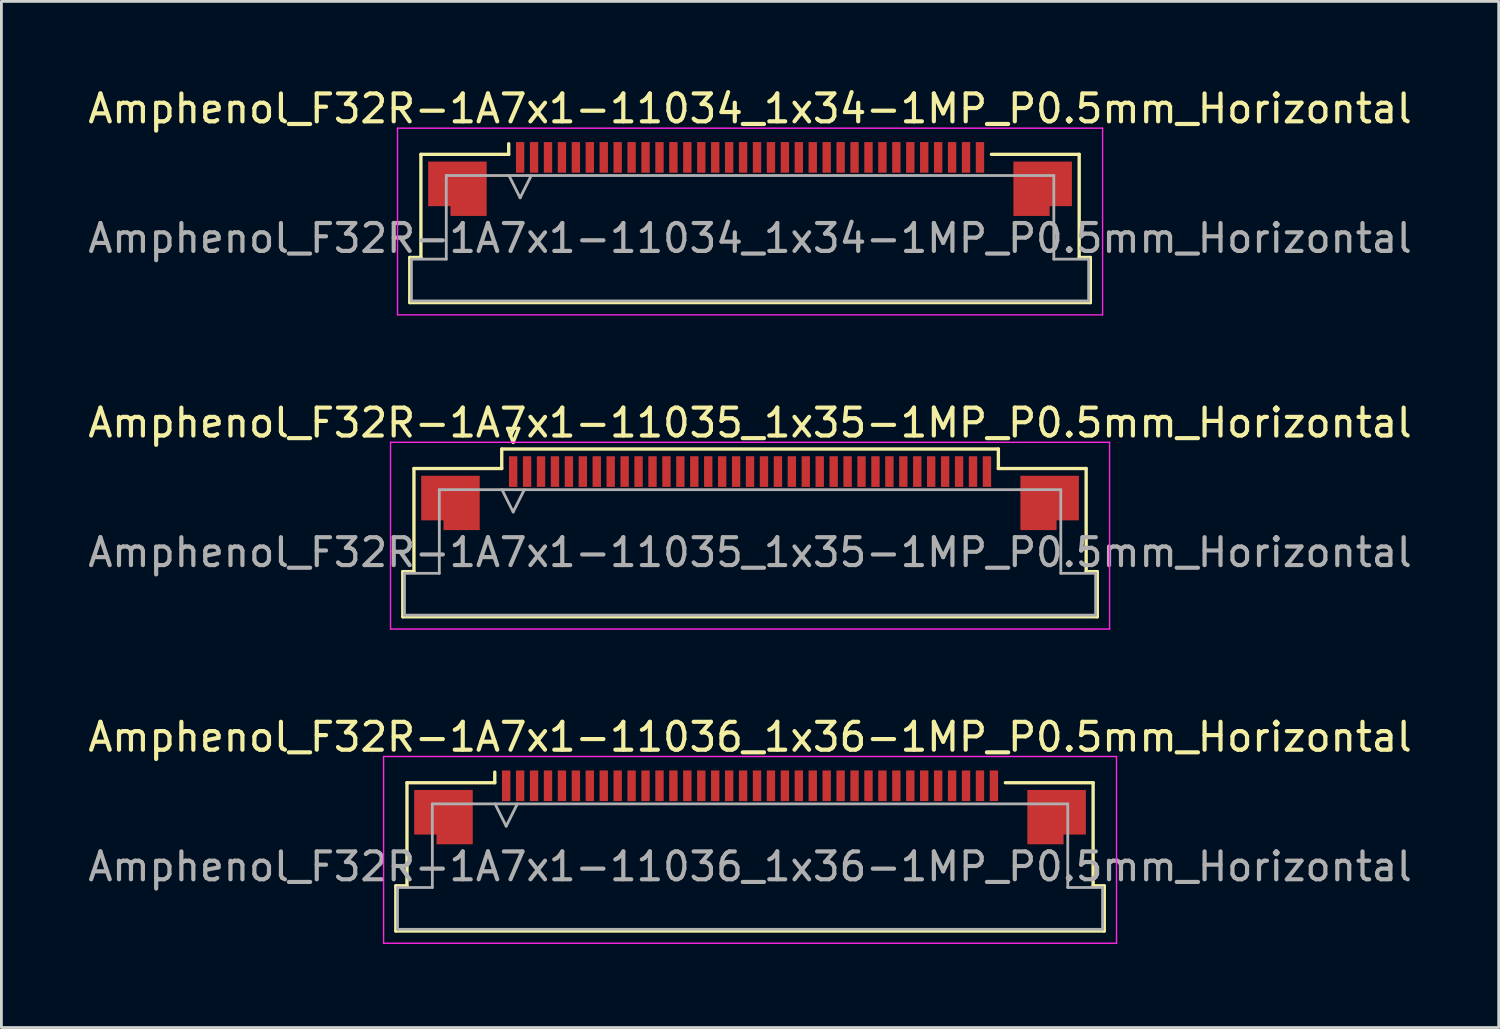
<source format=kicad_pcb>
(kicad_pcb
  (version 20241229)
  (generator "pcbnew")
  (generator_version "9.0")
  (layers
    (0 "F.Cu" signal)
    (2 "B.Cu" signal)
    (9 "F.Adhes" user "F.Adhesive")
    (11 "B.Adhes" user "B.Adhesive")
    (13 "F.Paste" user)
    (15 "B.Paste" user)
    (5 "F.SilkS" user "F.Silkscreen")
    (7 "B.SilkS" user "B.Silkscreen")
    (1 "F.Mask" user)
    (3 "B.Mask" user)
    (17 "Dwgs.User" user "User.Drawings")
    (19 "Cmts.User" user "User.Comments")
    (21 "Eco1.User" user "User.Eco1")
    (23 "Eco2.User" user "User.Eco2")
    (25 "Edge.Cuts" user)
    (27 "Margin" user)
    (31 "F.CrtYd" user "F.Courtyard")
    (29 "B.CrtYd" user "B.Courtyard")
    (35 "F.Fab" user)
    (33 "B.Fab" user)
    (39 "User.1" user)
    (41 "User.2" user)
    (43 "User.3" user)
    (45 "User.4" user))
  (footprint "Amphenol_F32R-1A7x1-11034_1x34-1MP_P0.5mm_Horizontal"
    (layer "F.Cu")
    (at 23.863 5.498)
    (property "Reference" "Amphenol_F32R-1A7x1-11034_1x34-1MP_P0.5mm_Horizontal" (at 0 -4.65 0) (layer "F.SilkS") (effects (font (size 1 1) (thickness 0.15))))
    (attr smd)
    (fp_line (start -12.21 0.69) (end -11.81 0.69) (stroke (width 0.12) (type solid)) (layer "F.SilkS"))
    (fp_line (start -12.21 2.31) (end -12.21 0.69) (stroke (width 0.12) (type solid)) (layer "F.SilkS"))
    (fp_line (start -11.81 -3.01) (end -8.66 -3.01) (stroke (width 0.12) (type solid)) (layer "F.SilkS"))
    (fp_line (start -11.81 0.69) (end -11.81 -3.01) (stroke (width 0.12) (type solid)) (layer "F.SilkS"))
    (fp_line (start -8.66 -3.01) (end -8.66 -3.39) (stroke (width 0.12) (type solid)) (layer "F.SilkS"))
    (fp_line (start 8.66 -3.01) (end 11.81 -3.01) (stroke (width 0.12) (type solid)) (layer "F.SilkS"))
    (fp_line (start 11.81 -3.01) (end 11.81 0.69) (stroke (width 0.12) (type solid)) (layer "F.SilkS"))
    (fp_line (start 11.81 0.69) (end 12.21 0.69) (stroke (width 0.12) (type solid)) (layer "F.SilkS"))
    (fp_line (start 12.21 0.69) (end 12.21 2.31) (stroke (width 0.12) (type solid)) (layer "F.SilkS"))
    (fp_line (start 12.21 2.31) (end -12.21 2.31) (stroke (width 0.12) (type solid)) (layer "F.SilkS"))
    (fp_line (start -12.65 -3.95) (end -12.65 2.75) (stroke (width 0.05) (type solid)) (layer "F.CrtYd"))
    (fp_line (start -12.65 2.75) (end 12.65 2.75) (stroke (width 0.05) (type solid)) (layer "F.CrtYd"))
    (fp_line (start 12.65 -3.95) (end -12.65 -3.95) (stroke (width 0.05) (type solid)) (layer "F.CrtYd"))
    (fp_line (start 12.65 2.75) (end 12.65 -3.95) (stroke (width 0.05) (type solid)) (layer "F.CrtYd"))
    (fp_line (start -12.15 0.75) (end -10.9 0.75) (stroke (width 0.1) (type solid)) (layer "F.Fab"))
    (fp_line (start -12.15 2.25) (end -12.15 0.75) (stroke (width 0.1) (type solid)) (layer "F.Fab"))
    (fp_line (start -10.9 -2.25) (end 10.9 -2.25) (stroke (width 0.1) (type solid)) (layer "F.Fab"))
    (fp_line (start -10.9 0.75) (end -10.9 -2.25) (stroke (width 0.1) (type solid)) (layer "F.Fab"))
    (fp_line (start -8.65 -2.25) (end -8.25 -1.45) (stroke (width 0.1) (type solid)) (layer "F.Fab"))
    (fp_line (start -8.25 -1.45) (end -7.85 -2.25) (stroke (width 0.1) (type solid)) (layer "F.Fab"))
    (fp_line (start 10.9 -2.25) (end 10.9 0.75) (stroke (width 0.1) (type solid)) (layer "F.Fab"))
    (fp_line (start 10.9 0.75) (end 12.15 0.75) (stroke (width 0.1) (type solid)) (layer "F.Fab"))
    (fp_line (start 12.15 0.75) (end 12.15 2.25) (stroke (width 0.1) (type solid)) (layer "F.Fab"))
    (fp_line (start 12.15 2.25) (end -12.15 2.25) (stroke (width 0.1) (type solid)) (layer "F.Fab"))
    (fp_text user "${REFERENCE}" (at 0 0 0) (layer "F.Fab") (effects (font (size 1 1) (thickness 0.15))))
    (pad "1" smd rect (at -8.25 -2.9) (size 0.3 1.1) (layers "F.Cu" "F.Mask" "F.Paste"))
    (pad "2" smd rect (at -7.75 -2.9) (size 0.3 1.1) (layers "F.Cu" "F.Mask" "F.Paste"))
    (pad "3" smd rect (at -7.25 -2.9) (size 0.3 1.1) (layers "F.Cu" "F.Mask" "F.Paste"))
    (pad "4" smd rect (at -6.75 -2.9) (size 0.3 1.1) (layers "F.Cu" "F.Mask" "F.Paste"))
    (pad "5" smd rect (at -6.25 -2.9) (size 0.3 1.1) (layers "F.Cu" "F.Mask" "F.Paste"))
    (pad "6" smd rect (at -5.75 -2.9) (size 0.3 1.1) (layers "F.Cu" "F.Mask" "F.Paste"))
    (pad "7" smd rect (at -5.25 -2.9) (size 0.3 1.1) (layers "F.Cu" "F.Mask" "F.Paste"))
    (pad "8" smd rect (at -4.75 -2.9) (size 0.3 1.1) (layers "F.Cu" "F.Mask" "F.Paste"))
    (pad "9" smd rect (at -4.25 -2.9) (size 0.3 1.1) (layers "F.Cu" "F.Mask" "F.Paste"))
    (pad "10" smd rect (at -3.75 -2.9) (size 0.3 1.1) (layers "F.Cu" "F.Mask" "F.Paste"))
    (pad "11" smd rect (at -3.25 -2.9) (size 0.3 1.1) (layers "F.Cu" "F.Mask" "F.Paste"))
    (pad "12" smd rect (at -2.75 -2.9) (size 0.3 1.1) (layers "F.Cu" "F.Mask" "F.Paste"))
    (pad "13" smd rect (at -2.25 -2.9) (size 0.3 1.1) (layers "F.Cu" "F.Mask" "F.Paste"))
    (pad "14" smd rect (at -1.75 -2.9) (size 0.3 1.1) (layers "F.Cu" "F.Mask" "F.Paste"))
    (pad "15" smd rect (at -1.25 -2.9) (size 0.3 1.1) (layers "F.Cu" "F.Mask" "F.Paste"))
    (pad "16" smd rect (at -0.75 -2.9) (size 0.3 1.1) (layers "F.Cu" "F.Mask" "F.Paste"))
    (pad "17" smd rect (at -0.25 -2.9) (size 0.3 1.1) (layers "F.Cu" "F.Mask" "F.Paste"))
    (pad "18" smd rect (at 0.25 -2.9) (size 0.3 1.1) (layers "F.Cu" "F.Mask" "F.Paste"))
    (pad "19" smd rect (at 0.75 -2.9) (size 0.3 1.1) (layers "F.Cu" "F.Mask" "F.Paste"))
    (pad "20" smd rect (at 1.25 -2.9) (size 0.3 1.1) (layers "F.Cu" "F.Mask" "F.Paste"))
    (pad "21" smd rect (at 1.75 -2.9) (size 0.3 1.1) (layers "F.Cu" "F.Mask" "F.Paste"))
    (pad "22" smd rect (at 2.25 -2.9) (size 0.3 1.1) (layers "F.Cu" "F.Mask" "F.Paste"))
    (pad "23" smd rect (at 2.75 -2.9) (size 0.3 1.1) (layers "F.Cu" "F.Mask" "F.Paste"))
    (pad "24" smd rect (at 3.25 -2.9) (size 0.3 1.1) (layers "F.Cu" "F.Mask" "F.Paste"))
    (pad "25" smd rect (at 3.75 -2.9) (size 0.3 1.1) (layers "F.Cu" "F.Mask" "F.Paste"))
    (pad "26" smd rect (at 4.25 -2.9) (size 0.3 1.1) (layers "F.Cu" "F.Mask" "F.Paste"))
    (pad "27" smd rect (at 4.75 -2.9) (size 0.3 1.1) (layers "F.Cu" "F.Mask" "F.Paste"))
    (pad "28" smd rect (at 5.25 -2.9) (size 0.3 1.1) (layers "F.Cu" "F.Mask" "F.Paste"))
    (pad "29" smd rect (at 5.75 -2.9) (size 0.3 1.1) (layers "F.Cu" "F.Mask" "F.Paste"))
    (pad "30" smd rect (at 6.25 -2.9) (size 0.3 1.1) (layers "F.Cu" "F.Mask" "F.Paste"))
    (pad "31" smd rect (at 6.75 -2.9) (size 0.3 1.1) (layers "F.Cu" "F.Mask" "F.Paste"))
    (pad "32" smd rect (at 7.25 -2.9) (size 0.3 1.1) (layers "F.Cu" "F.Mask" "F.Paste"))
    (pad "33" smd rect (at 7.75 -2.9) (size 0.3 1.1) (layers "F.Cu" "F.Mask" "F.Paste"))
    (pad "34" smd rect (at 8.25 -2.9) (size 0.3 1.1) (layers "F.Cu" "F.Mask" "F.Paste"))
    (pad "MP" smd custom (at -10.5 -1.775) (size 1 1) (layers "F.Cu" "F.Mask" "F.Paste") (options (anchor circle)) (primitives (gr_poly (pts (xy 1.05 -0.975) (xy 1.05 0.975) (xy -0.25 0.975) (xy -0.25 0.625) (xy -1.05 0.625) (xy -1.05 -0.975) (xy 1.05 -0.975)) (width 0) (fill yes))))
    (pad "MP" smd custom (at 10.5 -1.775) (size 1 1) (layers "F.Cu" "F.Mask" "F.Paste") (options (anchor circle)) (primitives (gr_poly (pts (xy -1.05 -0.975) (xy -1.05 0.975) (xy 0.25 0.975) (xy 0.25 0.625) (xy 1.05 0.625) (xy 1.05 -0.975) (xy -1.05 -0.975)) (width 0) (fill yes)))))
  (footprint "Amphenol_F32R-1A7x1-11035_1x35-1MP_P0.5mm_Horizontal"
    (layer "F.Cu")
    (at 23.863 16.771)
    (property "Reference" "Amphenol_F32R-1A7x1-11035_1x35-1MP_P0.5mm_Horizontal" (at 0 -4.65 0) (layer "F.SilkS") (effects (font (size 1 1) (thickness 0.15))))
    (attr smd)
    (fp_line (start -12.46 0.69) (end -12.06 0.69) (stroke (width 0.12) (type solid)) (layer "F.SilkS"))
    (fp_line (start -12.46 2.31) (end -12.46 0.69) (stroke (width 0.12) (type solid)) (layer "F.SilkS"))
    (fp_line (start -12.06 -3.01) (end -8.91 -3.01) (stroke (width 0.12) (type solid)) (layer "F.SilkS"))
    (fp_line (start -12.06 0.69) (end -12.06 -3.01) (stroke (width 0.12) (type solid)) (layer "F.SilkS"))
    (fp_line (start -8.91 -3.71) (end 8.91 -3.71) (stroke (width 0.12) (type solid)) (layer "F.SilkS"))
    (fp_line (start -8.91 -3.01) (end -8.91 -3.71) (stroke (width 0.12) (type solid)) (layer "F.SilkS"))
    (fp_line (start -8.7 -4.45) (end -8.5 -3.95) (stroke (width 0.12) (type solid)) (layer "F.SilkS"))
    (fp_line (start -8.5 -3.95) (end -8.3 -4.45) (stroke (width 0.12) (type solid)) (layer "F.SilkS"))
    (fp_line (start -8.3 -4.45) (end -8.7 -4.45) (stroke (width 0.12) (type solid)) (layer "F.SilkS"))
    (fp_line (start 8.91 -3.71) (end 8.91 -3.01) (stroke (width 0.12) (type solid)) (layer "F.SilkS"))
    (fp_line (start 8.91 -3.01) (end 12.06 -3.01) (stroke (width 0.12) (type solid)) (layer "F.SilkS"))
    (fp_line (start 12.06 -3.01) (end 12.06 0.69) (stroke (width 0.12) (type solid)) (layer "F.SilkS"))
    (fp_line (start 12.06 0.69) (end 12.46 0.69) (stroke (width 0.12) (type solid)) (layer "F.SilkS"))
    (fp_line (start 12.46 0.69) (end 12.46 2.31) (stroke (width 0.12) (type solid)) (layer "F.SilkS"))
    (fp_line (start 12.46 2.31) (end -12.46 2.31) (stroke (width 0.12) (type solid)) (layer "F.SilkS"))
    (fp_line (start -12.9 -3.95) (end -12.9 2.75) (stroke (width 0.05) (type solid)) (layer "F.CrtYd"))
    (fp_line (start -12.9 2.75) (end 12.9 2.75) (stroke (width 0.05) (type solid)) (layer "F.CrtYd"))
    (fp_line (start 12.9 -3.95) (end -12.9 -3.95) (stroke (width 0.05) (type solid)) (layer "F.CrtYd"))
    (fp_line (start 12.9 2.75) (end 12.9 -3.95) (stroke (width 0.05) (type solid)) (layer "F.CrtYd"))
    (fp_line (start -12.4 0.75) (end -11.15 0.75) (stroke (width 0.1) (type solid)) (layer "F.Fab"))
    (fp_line (start -12.4 2.25) (end -12.4 0.75) (stroke (width 0.1) (type solid)) (layer "F.Fab"))
    (fp_line (start -11.15 -2.25) (end 11.15 -2.25) (stroke (width 0.1) (type solid)) (layer "F.Fab"))
    (fp_line (start -11.15 0.75) (end -11.15 -2.25) (stroke (width 0.1) (type solid)) (layer "F.Fab"))
    (fp_line (start -8.9 -2.25) (end -8.5 -1.45) (stroke (width 0.1) (type solid)) (layer "F.Fab"))
    (fp_line (start -8.5 -1.45) (end -8.1 -2.25) (stroke (width 0.1) (type solid)) (layer "F.Fab"))
    (fp_line (start 11.15 -2.25) (end 11.15 0.75) (stroke (width 0.1) (type solid)) (layer "F.Fab"))
    (fp_line (start 11.15 0.75) (end 12.4 0.75) (stroke (width 0.1) (type solid)) (layer "F.Fab"))
    (fp_line (start 12.4 0.75) (end 12.4 2.25) (stroke (width 0.1) (type solid)) (layer "F.Fab"))
    (fp_line (start 12.4 2.25) (end -12.4 2.25) (stroke (width 0.1) (type solid)) (layer "F.Fab"))
    (fp_text user "${REFERENCE}" (at 0 0 0) (layer "F.Fab") (effects (font (size 1 1) (thickness 0.15))))
    (pad "1" smd rect (at -8.5 -2.9) (size 0.3 1.1) (layers "F.Cu" "F.Mask" "F.Paste"))
    (pad "2" smd rect (at -8 -2.9) (size 0.3 1.1) (layers "F.Cu" "F.Mask" "F.Paste"))
    (pad "3" smd rect (at -7.5 -2.9) (size 0.3 1.1) (layers "F.Cu" "F.Mask" "F.Paste"))
    (pad "4" smd rect (at -7 -2.9) (size 0.3 1.1) (layers "F.Cu" "F.Mask" "F.Paste"))
    (pad "5" smd rect (at -6.5 -2.9) (size 0.3 1.1) (layers "F.Cu" "F.Mask" "F.Paste"))
    (pad "6" smd rect (at -6 -2.9) (size 0.3 1.1) (layers "F.Cu" "F.Mask" "F.Paste"))
    (pad "7" smd rect (at -5.5 -2.9) (size 0.3 1.1) (layers "F.Cu" "F.Mask" "F.Paste"))
    (pad "8" smd rect (at -5 -2.9) (size 0.3 1.1) (layers "F.Cu" "F.Mask" "F.Paste"))
    (pad "9" smd rect (at -4.5 -2.9) (size 0.3 1.1) (layers "F.Cu" "F.Mask" "F.Paste"))
    (pad "10" smd rect (at -4 -2.9) (size 0.3 1.1) (layers "F.Cu" "F.Mask" "F.Paste"))
    (pad "11" smd rect (at -3.5 -2.9) (size 0.3 1.1) (layers "F.Cu" "F.Mask" "F.Paste"))
    (pad "12" smd rect (at -3 -2.9) (size 0.3 1.1) (layers "F.Cu" "F.Mask" "F.Paste"))
    (pad "13" smd rect (at -2.5 -2.9) (size 0.3 1.1) (layers "F.Cu" "F.Mask" "F.Paste"))
    (pad "14" smd rect (at -2 -2.9) (size 0.3 1.1) (layers "F.Cu" "F.Mask" "F.Paste"))
    (pad "15" smd rect (at -1.5 -2.9) (size 0.3 1.1) (layers "F.Cu" "F.Mask" "F.Paste"))
    (pad "16" smd rect (at -1 -2.9) (size 0.3 1.1) (layers "F.Cu" "F.Mask" "F.Paste"))
    (pad "17" smd rect (at -0.5 -2.9) (size 0.3 1.1) (layers "F.Cu" "F.Mask" "F.Paste"))
    (pad "18" smd rect (at 0 -2.9) (size 0.3 1.1) (layers "F.Cu" "F.Mask" "F.Paste"))
    (pad "19" smd rect (at 0.5 -2.9) (size 0.3 1.1) (layers "F.Cu" "F.Mask" "F.Paste"))
    (pad "20" smd rect (at 1 -2.9) (size 0.3 1.1) (layers "F.Cu" "F.Mask" "F.Paste"))
    (pad "21" smd rect (at 1.5 -2.9) (size 0.3 1.1) (layers "F.Cu" "F.Mask" "F.Paste"))
    (pad "22" smd rect (at 2 -2.9) (size 0.3 1.1) (layers "F.Cu" "F.Mask" "F.Paste"))
    (pad "23" smd rect (at 2.5 -2.9) (size 0.3 1.1) (layers "F.Cu" "F.Mask" "F.Paste"))
    (pad "24" smd rect (at 3 -2.9) (size 0.3 1.1) (layers "F.Cu" "F.Mask" "F.Paste"))
    (pad "25" smd rect (at 3.5 -2.9) (size 0.3 1.1) (layers "F.Cu" "F.Mask" "F.Paste"))
    (pad "26" smd rect (at 4 -2.9) (size 0.3 1.1) (layers "F.Cu" "F.Mask" "F.Paste"))
    (pad "27" smd rect (at 4.5 -2.9) (size 0.3 1.1) (layers "F.Cu" "F.Mask" "F.Paste"))
    (pad "28" smd rect (at 5 -2.9) (size 0.3 1.1) (layers "F.Cu" "F.Mask" "F.Paste"))
    (pad "29" smd rect (at 5.5 -2.9) (size 0.3 1.1) (layers "F.Cu" "F.Mask" "F.Paste"))
    (pad "30" smd rect (at 6 -2.9) (size 0.3 1.1) (layers "F.Cu" "F.Mask" "F.Paste"))
    (pad "31" smd rect (at 6.5 -2.9) (size 0.3 1.1) (layers "F.Cu" "F.Mask" "F.Paste"))
    (pad "32" smd rect (at 7 -2.9) (size 0.3 1.1) (layers "F.Cu" "F.Mask" "F.Paste"))
    (pad "33" smd rect (at 7.5 -2.9) (size 0.3 1.1) (layers "F.Cu" "F.Mask" "F.Paste"))
    (pad "34" smd rect (at 8 -2.9) (size 0.3 1.1) (layers "F.Cu" "F.Mask" "F.Paste"))
    (pad "35" smd rect (at 8.5 -2.9) (size 0.3 1.1) (layers "F.Cu" "F.Mask" "F.Paste"))
    (pad "MP" smd custom (at -10.75 -1.775) (size 1 1) (layers "F.Cu" "F.Mask" "F.Paste") (options (anchor circle)) (primitives (gr_poly (pts (xy 1.05 -0.975) (xy 1.05 0.975) (xy -0.25 0.975) (xy -0.25 0.625) (xy -1.05 0.625) (xy -1.05 -0.975) (xy 1.05 -0.975)) (width 0) (fill yes))))
    (pad "MP" smd custom (at 10.75 -1.775) (size 1 1) (layers "F.Cu" "F.Mask" "F.Paste") (options (anchor circle)) (primitives (gr_poly (pts (xy -1.05 -0.975) (xy -1.05 0.975) (xy 0.25 0.975) (xy 0.25 0.625) (xy 1.05 0.625) (xy 1.05 -0.975) (xy -1.05 -0.975)) (width 0) (fill yes)))))
  (footprint "Amphenol_F32R-1A7x1-11036_1x36-1MP_P0.5mm_Horizontal"
    (layer "F.Cu")
    (at 23.863 28.045)
    (property "Reference" "Amphenol_F32R-1A7x1-11036_1x36-1MP_P0.5mm_Horizontal" (at 0 -4.65 0) (layer "F.SilkS") (effects (font (size 1 1) (thickness 0.15))))
    (attr smd)
    (fp_line (start -12.71 0.69) (end -12.31 0.69) (stroke (width 0.12) (type solid)) (layer "F.SilkS"))
    (fp_line (start -12.71 2.31) (end -12.71 0.69) (stroke (width 0.12) (type solid)) (layer "F.SilkS"))
    (fp_line (start -12.31 -3.01) (end -9.16 -3.01) (stroke (width 0.12) (type solid)) (layer "F.SilkS"))
    (fp_line (start -12.31 0.69) (end -12.31 -3.01) (stroke (width 0.12) (type solid)) (layer "F.SilkS"))
    (fp_line (start -9.16 -3.01) (end -9.16 -3.39) (stroke (width 0.12) (type solid)) (layer "F.SilkS"))
    (fp_line (start 9.16 -3.01) (end 12.31 -3.01) (stroke (width 0.12) (type solid)) (layer "F.SilkS"))
    (fp_line (start 12.31 -3.01) (end 12.31 0.69) (stroke (width 0.12) (type solid)) (layer "F.SilkS"))
    (fp_line (start 12.31 0.69) (end 12.71 0.69) (stroke (width 0.12) (type solid)) (layer "F.SilkS"))
    (fp_line (start 12.71 0.69) (end 12.71 2.31) (stroke (width 0.12) (type solid)) (layer "F.SilkS"))
    (fp_line (start 12.71 2.31) (end -12.71 2.31) (stroke (width 0.12) (type solid)) (layer "F.SilkS"))
    (fp_line (start -13.15 -3.95) (end -13.15 2.75) (stroke (width 0.05) (type solid)) (layer "F.CrtYd"))
    (fp_line (start -13.15 2.75) (end 13.15 2.75) (stroke (width 0.05) (type solid)) (layer "F.CrtYd"))
    (fp_line (start 13.15 -3.95) (end -13.15 -3.95) (stroke (width 0.05) (type solid)) (layer "F.CrtYd"))
    (fp_line (start 13.15 2.75) (end 13.15 -3.95) (stroke (width 0.05) (type solid)) (layer "F.CrtYd"))
    (fp_line (start -12.65 0.75) (end -11.4 0.75) (stroke (width 0.1) (type solid)) (layer "F.Fab"))
    (fp_line (start -12.65 2.25) (end -12.65 0.75) (stroke (width 0.1) (type solid)) (layer "F.Fab"))
    (fp_line (start -11.4 -2.25) (end 11.4 -2.25) (stroke (width 0.1) (type solid)) (layer "F.Fab"))
    (fp_line (start -11.4 0.75) (end -11.4 -2.25) (stroke (width 0.1) (type solid)) (layer "F.Fab"))
    (fp_line (start -9.15 -2.25) (end -8.75 -1.45) (stroke (width 0.1) (type solid)) (layer "F.Fab"))
    (fp_line (start -8.75 -1.45) (end -8.35 -2.25) (stroke (width 0.1) (type solid)) (layer "F.Fab"))
    (fp_line (start 11.4 -2.25) (end 11.4 0.75) (stroke (width 0.1) (type solid)) (layer "F.Fab"))
    (fp_line (start 11.4 0.75) (end 12.65 0.75) (stroke (width 0.1) (type solid)) (layer "F.Fab"))
    (fp_line (start 12.65 0.75) (end 12.65 2.25) (stroke (width 0.1) (type solid)) (layer "F.Fab"))
    (fp_line (start 12.65 2.25) (end -12.65 2.25) (stroke (width 0.1) (type solid)) (layer "F.Fab"))
    (fp_text user "${REFERENCE}" (at 0 0 0) (layer "F.Fab") (effects (font (size 1 1) (thickness 0.15))))
    (pad "1" smd rect (at -8.75 -2.9) (size 0.3 1.1) (layers "F.Cu" "F.Mask" "F.Paste"))
    (pad "2" smd rect (at -8.25 -2.9) (size 0.3 1.1) (layers "F.Cu" "F.Mask" "F.Paste"))
    (pad "3" smd rect (at -7.75 -2.9) (size 0.3 1.1) (layers "F.Cu" "F.Mask" "F.Paste"))
    (pad "4" smd rect (at -7.25 -2.9) (size 0.3 1.1) (layers "F.Cu" "F.Mask" "F.Paste"))
    (pad "5" smd rect (at -6.75 -2.9) (size 0.3 1.1) (layers "F.Cu" "F.Mask" "F.Paste"))
    (pad "6" smd rect (at -6.25 -2.9) (size 0.3 1.1) (layers "F.Cu" "F.Mask" "F.Paste"))
    (pad "7" smd rect (at -5.75 -2.9) (size 0.3 1.1) (layers "F.Cu" "F.Mask" "F.Paste"))
    (pad "8" smd rect (at -5.25 -2.9) (size 0.3 1.1) (layers "F.Cu" "F.Mask" "F.Paste"))
    (pad "9" smd rect (at -4.75 -2.9) (size 0.3 1.1) (layers "F.Cu" "F.Mask" "F.Paste"))
    (pad "10" smd rect (at -4.25 -2.9) (size 0.3 1.1) (layers "F.Cu" "F.Mask" "F.Paste"))
    (pad "11" smd rect (at -3.75 -2.9) (size 0.3 1.1) (layers "F.Cu" "F.Mask" "F.Paste"))
    (pad "12" smd rect (at -3.25 -2.9) (size 0.3 1.1) (layers "F.Cu" "F.Mask" "F.Paste"))
    (pad "13" smd rect (at -2.75 -2.9) (size 0.3 1.1) (layers "F.Cu" "F.Mask" "F.Paste"))
    (pad "14" smd rect (at -2.25 -2.9) (size 0.3 1.1) (layers "F.Cu" "F.Mask" "F.Paste"))
    (pad "15" smd rect (at -1.75 -2.9) (size 0.3 1.1) (layers "F.Cu" "F.Mask" "F.Paste"))
    (pad "16" smd rect (at -1.25 -2.9) (size 0.3 1.1) (layers "F.Cu" "F.Mask" "F.Paste"))
    (pad "17" smd rect (at -0.75 -2.9) (size 0.3 1.1) (layers "F.Cu" "F.Mask" "F.Paste"))
    (pad "18" smd rect (at -0.25 -2.9) (size 0.3 1.1) (layers "F.Cu" "F.Mask" "F.Paste"))
    (pad "19" smd rect (at 0.25 -2.9) (size 0.3 1.1) (layers "F.Cu" "F.Mask" "F.Paste"))
    (pad "20" smd rect (at 0.75 -2.9) (size 0.3 1.1) (layers "F.Cu" "F.Mask" "F.Paste"))
    (pad "21" smd rect (at 1.25 -2.9) (size 0.3 1.1) (layers "F.Cu" "F.Mask" "F.Paste"))
    (pad "22" smd rect (at 1.75 -2.9) (size 0.3 1.1) (layers "F.Cu" "F.Mask" "F.Paste"))
    (pad "23" smd rect (at 2.25 -2.9) (size 0.3 1.1) (layers "F.Cu" "F.Mask" "F.Paste"))
    (pad "24" smd rect (at 2.75 -2.9) (size 0.3 1.1) (layers "F.Cu" "F.Mask" "F.Paste"))
    (pad "25" smd rect (at 3.25 -2.9) (size 0.3 1.1) (layers "F.Cu" "F.Mask" "F.Paste"))
    (pad "26" smd rect (at 3.75 -2.9) (size 0.3 1.1) (layers "F.Cu" "F.Mask" "F.Paste"))
    (pad "27" smd rect (at 4.25 -2.9) (size 0.3 1.1) (layers "F.Cu" "F.Mask" "F.Paste"))
    (pad "28" smd rect (at 4.75 -2.9) (size 0.3 1.1) (layers "F.Cu" "F.Mask" "F.Paste"))
    (pad "29" smd rect (at 5.25 -2.9) (size 0.3 1.1) (layers "F.Cu" "F.Mask" "F.Paste"))
    (pad "30" smd rect (at 5.75 -2.9) (size 0.3 1.1) (layers "F.Cu" "F.Mask" "F.Paste"))
    (pad "31" smd rect (at 6.25 -2.9) (size 0.3 1.1) (layers "F.Cu" "F.Mask" "F.Paste"))
    (pad "32" smd rect (at 6.75 -2.9) (size 0.3 1.1) (layers "F.Cu" "F.Mask" "F.Paste"))
    (pad "33" smd rect (at 7.25 -2.9) (size 0.3 1.1) (layers "F.Cu" "F.Mask" "F.Paste"))
    (pad "34" smd rect (at 7.75 -2.9) (size 0.3 1.1) (layers "F.Cu" "F.Mask" "F.Paste"))
    (pad "35" smd rect (at 8.25 -2.9) (size 0.3 1.1) (layers "F.Cu" "F.Mask" "F.Paste"))
    (pad "36" smd rect (at 8.75 -2.9) (size 0.3 1.1) (layers "F.Cu" "F.Mask" "F.Paste"))
    (pad "MP" smd custom (at -11 -1.775) (size 1 1) (layers "F.Cu" "F.Mask" "F.Paste") (options (anchor circle)) (primitives (gr_poly (pts (xy 1.05 -0.975) (xy 1.05 0.975) (xy -0.25 0.975) (xy -0.25 0.625) (xy -1.05 0.625) (xy -1.05 -0.975) (xy 1.05 -0.975)) (width 0) (fill yes))))
    (pad "MP" smd custom (at 11 -1.775) (size 1 1) (layers "F.Cu" "F.Mask" "F.Paste") (options (anchor circle)) (primitives (gr_poly (pts (xy -1.05 -0.975) (xy -1.05 0.975) (xy 0.25 0.975) (xy 0.25 0.625) (xy 1.05 0.625) (xy 1.05 -0.975) (xy -1.05 -0.975)) (width 0) (fill yes)))))
  (gr_rect
    (start -3 -3)
    (end 50.726 33.82)
    (stroke (width 0.1) (type default))
    (fill no)
    (layer "Edge.Cuts")))
</source>
